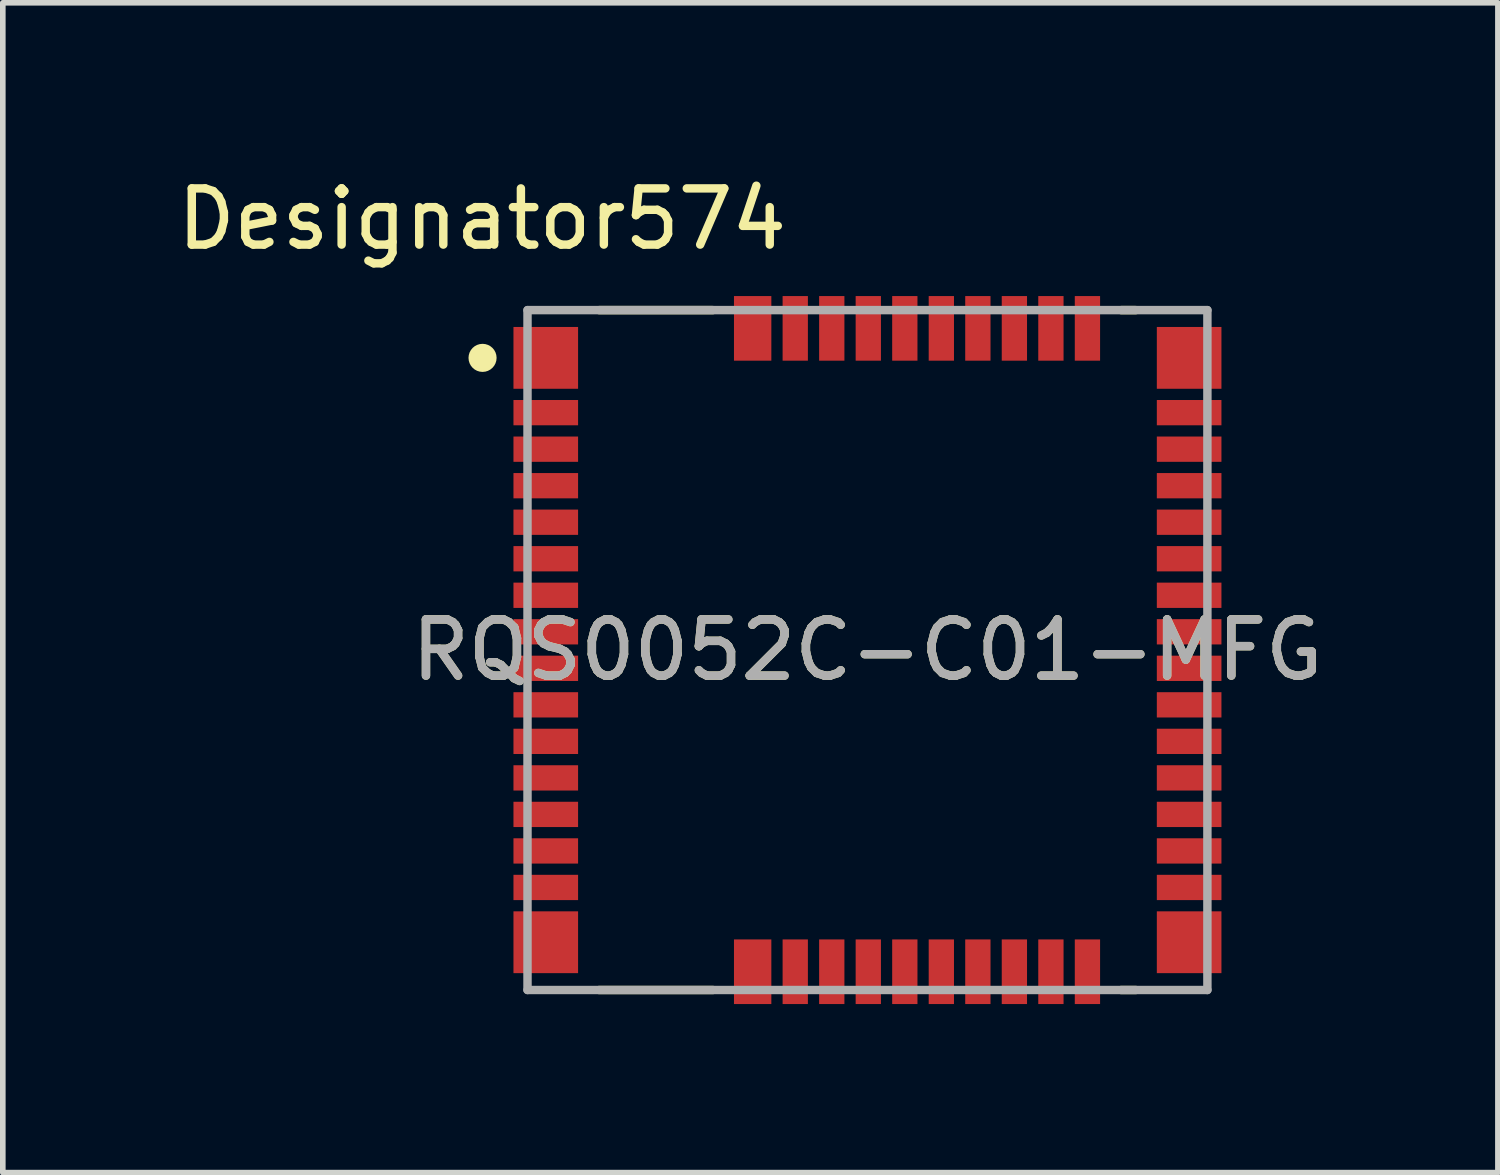
<source format=kicad_pcb>
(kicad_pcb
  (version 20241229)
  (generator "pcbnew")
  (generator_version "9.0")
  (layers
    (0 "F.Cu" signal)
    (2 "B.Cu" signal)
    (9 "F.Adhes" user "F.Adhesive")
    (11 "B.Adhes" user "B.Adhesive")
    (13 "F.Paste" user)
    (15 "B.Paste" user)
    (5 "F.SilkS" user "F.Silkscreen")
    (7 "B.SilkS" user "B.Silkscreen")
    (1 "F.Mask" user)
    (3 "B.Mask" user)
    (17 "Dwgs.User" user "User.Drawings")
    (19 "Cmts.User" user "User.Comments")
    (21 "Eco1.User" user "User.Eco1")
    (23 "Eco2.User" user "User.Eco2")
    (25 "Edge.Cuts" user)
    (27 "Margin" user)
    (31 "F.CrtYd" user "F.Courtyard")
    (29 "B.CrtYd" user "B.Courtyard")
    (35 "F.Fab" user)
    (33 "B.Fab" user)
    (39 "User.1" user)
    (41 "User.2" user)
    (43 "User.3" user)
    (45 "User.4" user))
  (footprint "RQS0052C-C01-MFG"
    (layer "F.Cu")
    (at 12.388 8.519)
    (property "Reference" "RQS0052C-C01-MFG" (at 0 0 0) (unlocked yes) (layer "F.SilkS") (effects (font (size 1 1) (thickness 0.15))))
    (attr smd)
    (fp_line (start -4.775 -6.05) (end -2.751 -6.05) (stroke (width 0.15) (type solid)) (layer "F.SilkS"))
    (fp_line (start -4.775 6.05) (end -2.751 6.05) (stroke (width 0.15) (type solid)) (layer "F.SilkS"))
    (fp_line (start 4.515 -6.05) (end 4.775 -6.05) (stroke (width 0.15) (type solid)) (layer "F.SilkS"))
    (fp_line (start 4.515 6.05) (end 4.775 6.05) (stroke (width 0.15) (type solid)) (layer "F.SilkS"))
    (fp_circle (center -6.85 -5.2) (end -6.725 -5.2) (stroke (width 0.25) (type solid)) (fill no) (layer "F.SilkS"))
    (fp_poly (pts (xy -6.3 -5.65) (xy -6.25 -5.7) (xy -5.2 -5.7) (xy -5.15 -5.65) (xy -5.15 -4.75) (xy -5.2 -4.7) (xy -6.25 -4.7) (xy -6.3 -4.75)) (stroke (width 0) (type solid)) (fill yes) (layer "F.Paste"))
    (fp_poly (pts (xy -6.3 4.75) (xy -6.25 4.7) (xy -5.2 4.7) (xy -5.15 4.75) (xy -5.15 5.65) (xy -5.2 5.7) (xy -6.25 5.7) (xy -6.3 5.65)) (stroke (width 0) (type solid)) (fill yes) (layer "F.Paste"))
    (fp_poly (pts (xy 6.25 -4.7) (xy 5.2 -4.7) (xy 5.15 -4.75) (xy 5.15 -5.65) (xy 5.2 -5.7) (xy 6.25 -5.7) (xy 6.3 -5.65) (xy 6.3 -4.75)) (stroke (width 0) (type solid)) (fill yes) (layer "F.Paste"))
    (fp_poly (pts (xy 6.25 5.7) (xy 5.2 5.7) (xy 5.15 5.65) (xy 5.15 4.75) (xy 5.2 4.7) (xy 6.25 4.7) (xy 6.3 4.75) (xy 6.3 5.65)) (stroke (width 0) (type solid)) (fill yes) (layer "F.Paste"))
    (fp_line (start -6.05 -6.05) (end 6.05 -6.05) (stroke (width 0.15) (type solid)) (layer "F.Fab"))
    (fp_line (start -6.05 6.05) (end -6.05 -6.05) (stroke (width 0.15) (type solid)) (layer "F.Fab"))
    (fp_line (start -6.05 6.05) (end 6.05 6.05) (stroke (width 0.15) (type solid)) (layer "F.Fab"))
    (fp_line (start 6.05 6.05) (end 6.05 -6.05) (stroke (width 0.15) (type solid)) (layer "F.Fab"))
    (fp_text user "Designator574" (at -6.858 -7.671 0) (unlocked yes) (layer "F.SilkS") (effects (font (size 1 1) (thickness 0.15))))
    (fp_text user "${REFERENCE}" (at 0 0 0) (unlocked yes) (layer "F.Fab") (effects (font (size 1 1) (thickness 0.15))))
    (pad "1" smd rect (at -5.725 -5.2) (size 1.15 1.1) (layers "F.Cu" "F.Mask"))
    (pad "2" smd rect (at -5.725 -4.225) (size 1.15 0.45) (layers "F.Cu" "F.Mask" "F.Paste"))
    (pad "3" smd rect (at -5.725 -3.575) (size 1.15 0.45) (layers "F.Cu" "F.Mask" "F.Paste"))
    (pad "4" smd rect (at -5.725 -2.925) (size 1.15 0.45) (layers "F.Cu" "F.Mask" "F.Paste"))
    (pad "5" smd rect (at -5.725 -2.275) (size 1.15 0.45) (layers "F.Cu" "F.Mask" "F.Paste"))
    (pad "6" smd rect (at -5.725 -1.625) (size 1.15 0.45) (layers "F.Cu" "F.Mask" "F.Paste"))
    (pad "7" smd rect (at -5.725 -0.975) (size 1.15 0.45) (layers "F.Cu" "F.Mask" "F.Paste"))
    (pad "8" smd rect (at -5.725 -0.325) (size 1.15 0.45) (layers "F.Cu" "F.Mask" "F.Paste"))
    (pad "9" smd rect (at -5.725 0.325) (size 1.15 0.45) (layers "F.Cu" "F.Mask" "F.Paste"))
    (pad "10" smd rect (at -5.725 0.975) (size 1.15 0.45) (layers "F.Cu" "F.Mask" "F.Paste"))
    (pad "11" smd rect (at -5.725 1.625) (size 1.15 0.45) (layers "F.Cu" "F.Mask" "F.Paste"))
    (pad "12" smd rect (at -5.725 2.275) (size 1.15 0.45) (layers "F.Cu" "F.Mask" "F.Paste"))
    (pad "13" smd rect (at -5.725 2.925) (size 1.15 0.45) (layers "F.Cu" "F.Mask" "F.Paste"))
    (pad "14" smd rect (at -5.725 3.575) (size 1.15 0.45) (layers "F.Cu" "F.Mask" "F.Paste"))
    (pad "15" smd rect (at -5.725 4.225) (size 1.15 0.45) (layers "F.Cu" "F.Mask" "F.Paste"))
    (pad "16" smd rect (at -5.725 5.2) (size 1.15 1.1) (layers "F.Cu" "F.Mask"))
    (pad "17" smd rect (at -2.043 5.725) (size 0.665 1.15) (layers "F.Cu" "F.Mask" "F.Paste"))
    (pad "18" smd rect (at -1.285 5.725 90) (size 1.15 0.45) (layers "F.Cu" "F.Mask" "F.Paste"))
    (pad "19" smd rect (at -0.635 5.725 90) (size 1.15 0.45) (layers "F.Cu" "F.Mask" "F.Paste"))
    (pad "20" smd rect (at 0.015 5.725 90) (size 1.15 0.45) (layers "F.Cu" "F.Mask" "F.Paste"))
    (pad "21" smd rect (at 0.665 5.725 90) (size 1.15 0.45) (layers "F.Cu" "F.Mask" "F.Paste"))
    (pad "22" smd rect (at 1.315 5.725 90) (size 1.15 0.45) (layers "F.Cu" "F.Mask" "F.Paste"))
    (pad "23" smd rect (at 1.965 5.725 90) (size 1.15 0.45) (layers "F.Cu" "F.Mask" "F.Paste"))
    (pad "24" smd rect (at 2.615 5.725 90) (size 1.15 0.45) (layers "F.Cu" "F.Mask" "F.Paste"))
    (pad "25" smd rect (at 3.265 5.725 90) (size 1.15 0.45) (layers "F.Cu" "F.Mask" "F.Paste"))
    (pad "26" smd rect (at 3.915 5.725 90) (size 1.15 0.45) (layers "F.Cu" "F.Mask" "F.Paste"))
    (pad "27" smd rect (at 5.725 5.2) (size 1.15 1.1) (layers "F.Cu" "F.Mask"))
    (pad "28" smd rect (at 5.725 4.225) (size 1.15 0.45) (layers "F.Cu" "F.Mask" "F.Paste"))
    (pad "29" smd rect (at 5.725 3.575) (size 1.15 0.45) (layers "F.Cu" "F.Mask" "F.Paste"))
    (pad "30" smd rect (at 5.725 2.925) (size 1.15 0.45) (layers "F.Cu" "F.Mask" "F.Paste"))
    (pad "31" smd rect (at 5.725 2.275) (size 1.15 0.45) (layers "F.Cu" "F.Mask" "F.Paste"))
    (pad "32" smd rect (at 5.725 1.625) (size 1.15 0.45) (layers "F.Cu" "F.Mask" "F.Paste"))
    (pad "33" smd rect (at 5.725 0.975) (size 1.15 0.45) (layers "F.Cu" "F.Mask" "F.Paste"))
    (pad "34" smd rect (at 5.725 0.325) (size 1.15 0.45) (layers "F.Cu" "F.Mask" "F.Paste"))
    (pad "35" smd rect (at 5.725 -0.325) (size 1.15 0.45) (layers "F.Cu" "F.Mask" "F.Paste"))
    (pad "36" smd rect (at 5.725 -0.975) (size 1.15 0.45) (layers "F.Cu" "F.Mask" "F.Paste"))
    (pad "37" smd rect (at 5.725 -1.625) (size 1.15 0.45) (layers "F.Cu" "F.Mask" "F.Paste"))
    (pad "38" smd rect (at 5.725 -2.275) (size 1.15 0.45) (layers "F.Cu" "F.Mask" "F.Paste"))
    (pad "39" smd rect (at 5.725 -2.925) (size 1.15 0.45) (layers "F.Cu" "F.Mask" "F.Paste"))
    (pad "40" smd rect (at 5.725 -3.575) (size 1.15 0.45) (layers "F.Cu" "F.Mask" "F.Paste"))
    (pad "41" smd rect (at 5.725 -4.225) (size 1.15 0.45) (layers "F.Cu" "F.Mask" "F.Paste"))
    (pad "42" smd rect (at 5.725 -5.2) (size 1.15 1.1) (layers "F.Cu" "F.Mask"))
    (pad "43" smd rect (at 3.915 -5.725 90) (size 1.15 0.45) (layers "F.Cu" "F.Mask" "F.Paste"))
    (pad "44" smd rect (at 3.265 -5.725 90) (size 1.15 0.45) (layers "F.Cu" "F.Mask" "F.Paste"))
    (pad "45" smd rect (at 2.615 -5.725 90) (size 1.15 0.45) (layers "F.Cu" "F.Mask" "F.Paste"))
    (pad "46" smd rect (at 1.965 -5.725 90) (size 1.15 0.45) (layers "F.Cu" "F.Mask" "F.Paste"))
    (pad "47" smd rect (at 1.315 -5.725 90) (size 1.15 0.45) (layers "F.Cu" "F.Mask" "F.Paste"))
    (pad "48" smd rect (at 0.665 -5.725 90) (size 1.15 0.45) (layers "F.Cu" "F.Mask" "F.Paste"))
    (pad "49" smd rect (at 0.015 -5.725 90) (size 1.15 0.45) (layers "F.Cu" "F.Mask" "F.Paste"))
    (pad "50" smd rect (at -0.635 -5.725 90) (size 1.15 0.45) (layers "F.Cu" "F.Mask" "F.Paste"))
    (pad "51" smd rect (at -1.285 -5.725 90) (size 1.15 0.45) (layers "F.Cu" "F.Mask" "F.Paste"))
    (pad "52" smd rect (at -2.043 -5.725) (size 0.665 1.15) (layers "F.Cu" "F.Mask" "F.Paste")))
  (gr_rect
    (start -3 -3)
    (end 23.608 17.819)
    (stroke (width 0.1) (type default))
    (fill no)
    (layer "Edge.Cuts")))
</source>
